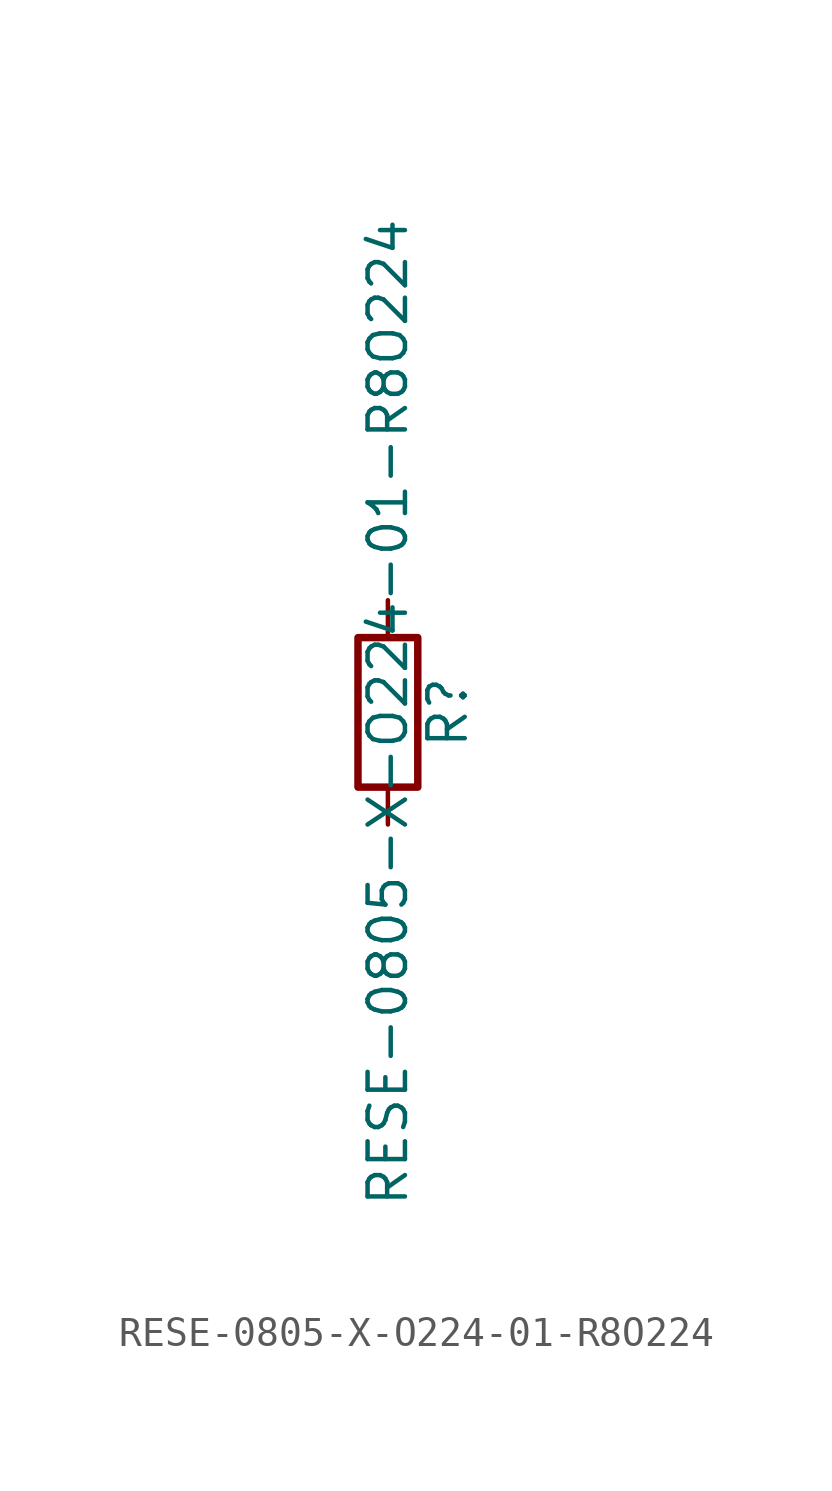
<source format=kicad_sym>
(kicad_symbol_lib
  (version 20211014)
  (generator kicad_symbol_editor)
  (symbol "RESE-0805-X-O224-01-R8O224"
    (pin_numbers hide)
    (pin_names
      (offset 0))
    (property "Reference" "R"
      (at 2.032 0 90)
      (effects (font (size 1.27 1.27))))
    (property "Value" "RESE-0805-X-O224-01-R8O224"
      (at 0 0 90)
      (effects (font (size 1.27 1.27))))
    (symbol "RESE-0805-X-O224-01-R8O224_0_1"
      (rectangle (start -1.016 -2.54) (end 1.016 2.54) (stroke (width 0.254) (type default) (color 0 0 0 0)) (fill (type none))))
    (symbol "RESE-0805-X-O224-01-R8O224_1_1"
      (pin passive line (at 0 3.81 270) (length 1.27) (name "~" (effects (font (size 1.27 1.27)))) (number "1" (effects (font (size 1.27 1.27)))))
      (pin passive line (at 0 -3.81 90) (length 1.27) (name "~" (effects (font (size 1.27 1.27)))) (number "2" (effects (font (size 1.27 1.27))))))))
</source>
